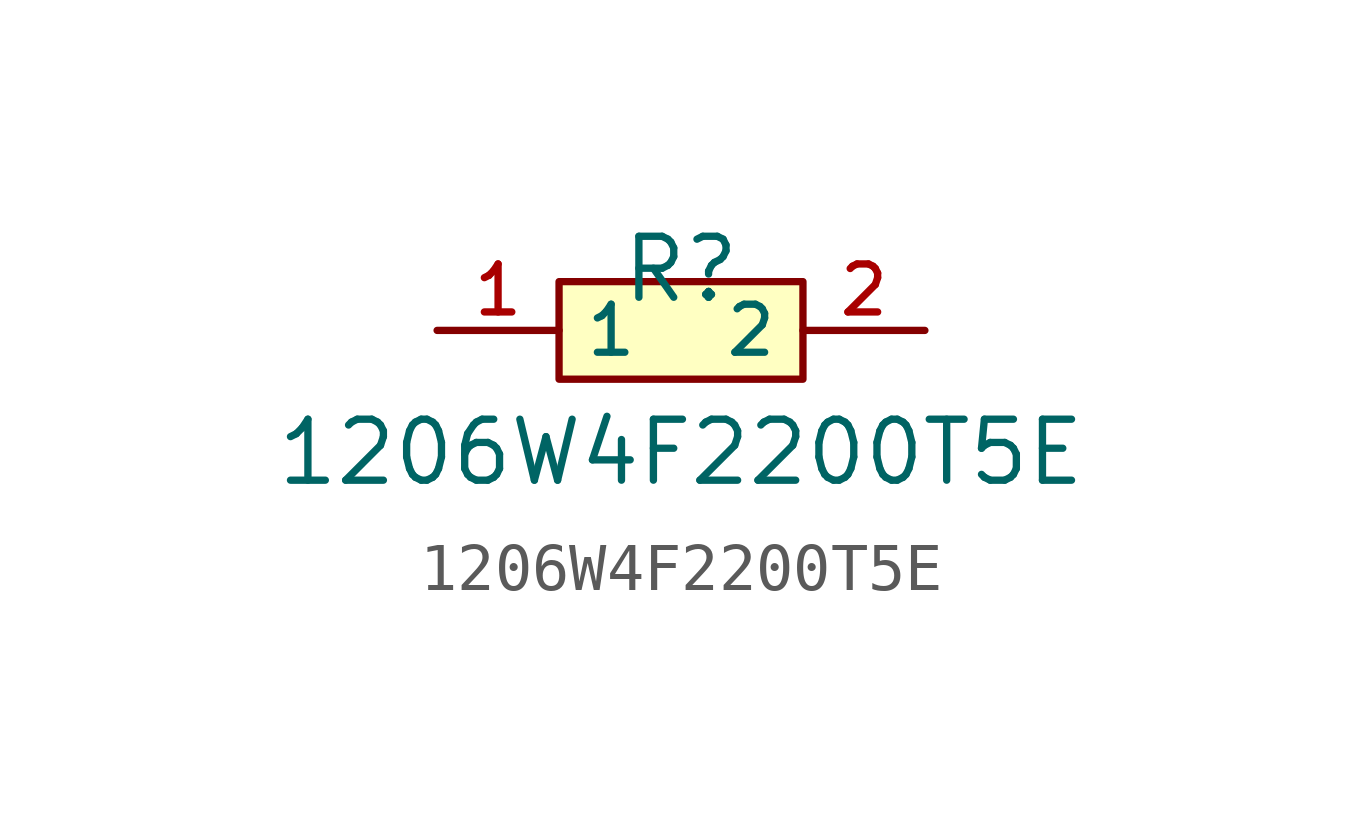
<source format=kicad_sym>
(kicad_symbol_lib
  (version 20210201)
  (generator TousstNicolas/JLC2KiCad_lib)
  (symbol "1206W4F2200T5E"
    (property "Reference" "R"
      (at 0 1.27 0)
      (effects (font (size 1.27 1.27))))
    (property "Value" "1206W4F2200T5E"
      (at 0 -2.54 0)
      (effects (font (size 1.27 1.27))))
    (symbol "1206W4F2200T5E_0_1"
      (pin input line (at 5.08 -0.0 180) (length 2.54) (name "2" (effects (font (size 1 1)))) (number "2" (effects (font (size 1 1)))))
      (pin input line (at -5.08 -0.0 0) (length 2.54) (name "1" (effects (font (size 1 1)))) (number "1" (effects (font (size 1 1)))))
      (rectangle (start -2.54 1.016) (end 2.54 -1.016) (stroke (width 0) (type default) (color 0 0 0 0)) (fill (type background))))))
</source>
